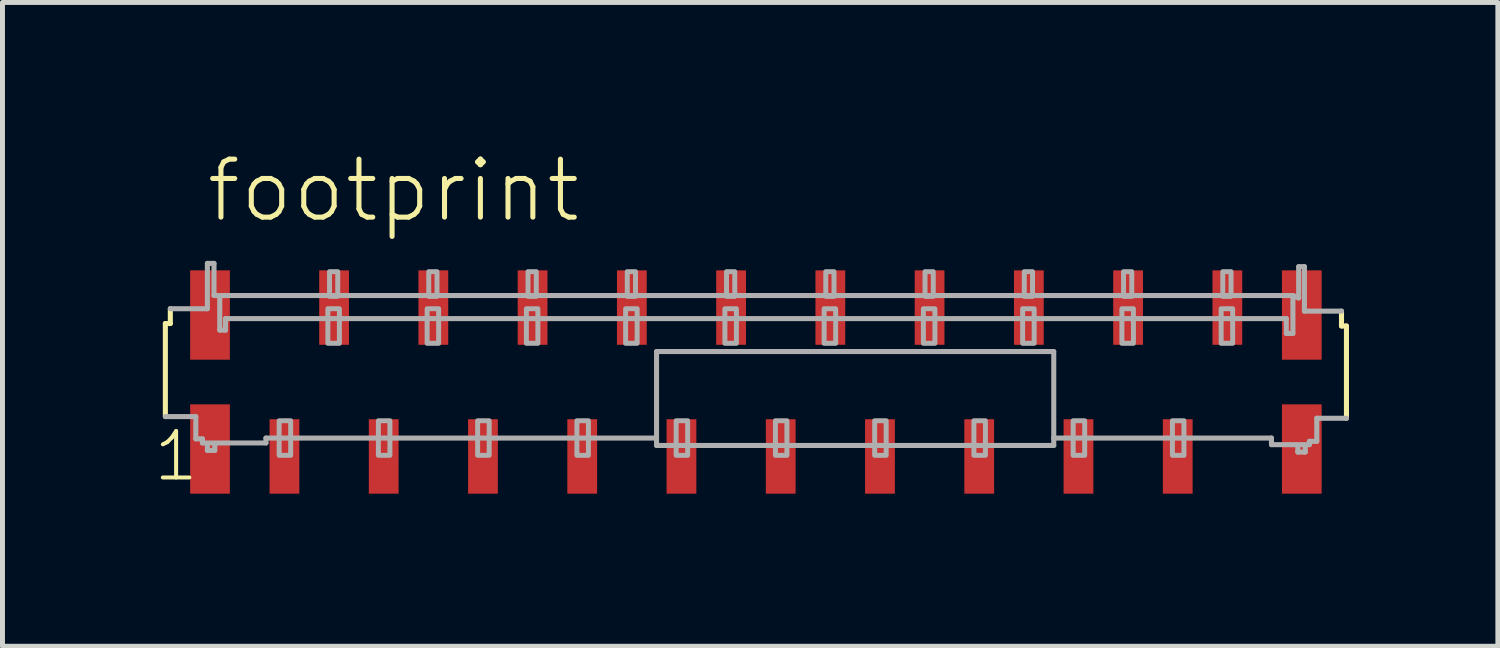
<source format=kicad_pcb>
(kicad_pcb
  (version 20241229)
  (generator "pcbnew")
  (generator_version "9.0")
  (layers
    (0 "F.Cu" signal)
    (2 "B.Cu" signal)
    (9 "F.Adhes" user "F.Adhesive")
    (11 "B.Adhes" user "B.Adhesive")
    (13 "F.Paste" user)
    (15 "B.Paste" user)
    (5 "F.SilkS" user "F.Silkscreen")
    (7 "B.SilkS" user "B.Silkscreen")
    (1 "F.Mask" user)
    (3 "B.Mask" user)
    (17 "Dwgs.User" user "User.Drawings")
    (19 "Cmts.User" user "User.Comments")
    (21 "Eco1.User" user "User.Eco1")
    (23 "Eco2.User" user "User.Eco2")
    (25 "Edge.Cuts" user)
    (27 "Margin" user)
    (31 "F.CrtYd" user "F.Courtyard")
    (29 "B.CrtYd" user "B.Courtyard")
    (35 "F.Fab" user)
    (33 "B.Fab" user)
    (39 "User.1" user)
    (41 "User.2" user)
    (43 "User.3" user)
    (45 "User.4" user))
  (footprint "footprint"
    (layer "F.Cu")
    (at 14.182 4.648)
    (property "Reference" "footprint" (at -13.125 -3.175 0) (layer "F.SilkS") (effects (font (size 1.168 1.168) (thickness 0.102)) (justify left bottom)))
    (fp_poly (pts (xy -13.4 -0.45) (xy -12.6 -0.45) (xy -12.6 -2.25) (xy -13.4 -2.25)) (stroke (width 0) (type solid)) (fill yes) (layer "F.Cu"))
    (fp_poly (pts (xy -13.4 2.25) (xy -12.6 2.25) (xy -12.6 0.45) (xy -13.4 0.45)) (stroke (width 0) (type solid)) (fill yes) (layer "F.Cu"))
    (fp_poly (pts (xy 9.4 -2.25) (xy 8.6 -2.25) (xy 8.6 -0.45) (xy 9.4 -0.45)) (stroke (width 0) (type solid)) (fill yes) (layer "F.Cu"))
    (fp_poly (pts (xy 9.4 0.45) (xy 8.6 0.45) (xy 8.6 2.25) (xy 9.4 2.25)) (stroke (width 0) (type solid)) (fill yes) (layer "F.Cu"))
    (fp_poly (pts (xy -13.475 -0.375) (xy -12.525 -0.375) (xy -12.525 -2.325) (xy -13.475 -2.325)) (stroke (width 0) (type solid)) (fill yes) (layer "F.Mask"))
    (fp_poly (pts (xy -13.475 2.325) (xy -12.525 2.325) (xy -12.525 0.375) (xy -13.475 0.375)) (stroke (width 0) (type solid)) (fill yes) (layer "F.Mask"))
    (fp_poly (pts (xy -11.85 2.3) (xy -11.15 2.3) (xy -11.15 0.7) (xy -11.85 0.7)) (stroke (width 0) (type solid)) (fill yes) (layer "F.Mask"))
    (fp_poly (pts (xy -10.85 -0.7) (xy -10.15 -0.7) (xy -10.15 -2.3) (xy -10.85 -2.3)) (stroke (width 0) (type solid)) (fill yes) (layer "F.Mask"))
    (fp_poly (pts (xy -9.85 2.3) (xy -9.15 2.3) (xy -9.15 0.7) (xy -9.85 0.7)) (stroke (width 0) (type solid)) (fill yes) (layer "F.Mask"))
    (fp_poly (pts (xy -8.85 -0.7) (xy -8.15 -0.7) (xy -8.15 -2.3) (xy -8.85 -2.3)) (stroke (width 0) (type solid)) (fill yes) (layer "F.Mask"))
    (fp_poly (pts (xy -7.85 2.3) (xy -7.15 2.3) (xy -7.15 0.7) (xy -7.85 0.7)) (stroke (width 0) (type solid)) (fill yes) (layer "F.Mask"))
    (fp_poly (pts (xy -6.85 -0.7) (xy -6.15 -0.7) (xy -6.15 -2.3) (xy -6.85 -2.3)) (stroke (width 0) (type solid)) (fill yes) (layer "F.Mask"))
    (fp_poly (pts (xy -5.85 2.3) (xy -5.15 2.3) (xy -5.15 0.7) (xy -5.85 0.7)) (stroke (width 0) (type solid)) (fill yes) (layer "F.Mask"))
    (fp_poly (pts (xy -4.85 -0.7) (xy -4.15 -0.7) (xy -4.15 -2.3) (xy -4.85 -2.3)) (stroke (width 0) (type solid)) (fill yes) (layer "F.Mask"))
    (fp_poly (pts (xy -3.85 2.3) (xy -3.15 2.3) (xy -3.15 0.7) (xy -3.85 0.7)) (stroke (width 0) (type solid)) (fill yes) (layer "F.Mask"))
    (fp_poly (pts (xy -2.85 -0.7) (xy -2.15 -0.7) (xy -2.15 -2.3) (xy -2.85 -2.3)) (stroke (width 0) (type solid)) (fill yes) (layer "F.Mask"))
    (fp_poly (pts (xy -1.85 2.3) (xy -1.15 2.3) (xy -1.15 0.7) (xy -1.85 0.7)) (stroke (width 0) (type solid)) (fill yes) (layer "F.Mask"))
    (fp_poly (pts (xy -0.85 -0.7) (xy -0.15 -0.7) (xy -0.15 -2.3) (xy -0.85 -2.3)) (stroke (width 0) (type solid)) (fill yes) (layer "F.Mask"))
    (fp_poly (pts (xy 0.15 2.3) (xy 0.85 2.3) (xy 0.85 0.7) (xy 0.15 0.7)) (stroke (width 0) (type solid)) (fill yes) (layer "F.Mask"))
    (fp_poly (pts (xy 1.15 -0.7) (xy 1.85 -0.7) (xy 1.85 -2.3) (xy 1.15 -2.3)) (stroke (width 0) (type solid)) (fill yes) (layer "F.Mask"))
    (fp_poly (pts (xy 2.15 2.3) (xy 2.85 2.3) (xy 2.85 0.7) (xy 2.15 0.7)) (stroke (width 0) (type solid)) (fill yes) (layer "F.Mask"))
    (fp_poly (pts (xy 3.15 -0.7) (xy 3.85 -0.7) (xy 3.85 -2.3) (xy 3.15 -2.3)) (stroke (width 0) (type solid)) (fill yes) (layer "F.Mask"))
    (fp_poly (pts (xy 4.15 2.3) (xy 4.85 2.3) (xy 4.85 0.7) (xy 4.15 0.7)) (stroke (width 0) (type solid)) (fill yes) (layer "F.Mask"))
    (fp_poly (pts (xy 5.15 -0.7) (xy 5.85 -0.7) (xy 5.85 -2.3) (xy 5.15 -2.3)) (stroke (width 0) (type solid)) (fill yes) (layer "F.Mask"))
    (fp_poly (pts (xy 6.15 2.3) (xy 6.85 2.3) (xy 6.85 0.7) (xy 6.15 0.7)) (stroke (width 0) (type solid)) (fill yes) (layer "F.Mask"))
    (fp_poly (pts (xy 7.15 -0.7) (xy 7.85 -0.7) (xy 7.85 -2.3) (xy 7.15 -2.3)) (stroke (width 0) (type solid)) (fill yes) (layer "F.Mask"))
    (fp_poly (pts (xy 9.475 -2.325) (xy 8.525 -2.325) (xy 8.525 -0.375) (xy 9.475 -0.375)) (stroke (width 0) (type solid)) (fill yes) (layer "F.Mask"))
    (fp_poly (pts (xy 9.475 0.375) (xy 8.525 0.375) (xy 8.525 2.325) (xy 9.475 2.325)) (stroke (width 0) (type solid)) (fill yes) (layer "F.Mask"))
    (fp_line (start -13.9 -1.179) (end -13.8 -1.179) (stroke (width 0.102) (type solid)) (layer "F.SilkS"))
    (fp_line (start -13.9 0.697) (end -13.9 -1.179) (stroke (width 0.102) (type solid)) (layer "F.SilkS"))
    (fp_line (start -13.8 -1.179) (end -13.8 -1.477) (stroke (width 0.102) (type solid)) (layer "F.SilkS"))
    (fp_line (start 9.8 -1.428) (end 9.8 -1.129) (stroke (width 0.102) (type solid)) (layer "F.SilkS"))
    (fp_line (start 9.8 -1.129) (end 9.9 -1.129) (stroke (width 0.102) (type solid)) (layer "F.SilkS"))
    (fp_line (start 9.9 -1.129) (end 9.9 0.73) (stroke (width 0.102) (type solid)) (layer "F.SilkS"))
    (fp_poly (pts (xy -13.35 -0.5) (xy -12.65 -0.5) (xy -12.65 -2.2) (xy -13.35 -2.2)) (stroke (width 0) (type solid)) (fill yes) (layer "F.Paste"))
    (fp_poly (pts (xy -13.35 2.2) (xy -12.65 2.2) (xy -12.65 0.5) (xy -13.35 0.5)) (stroke (width 0) (type solid)) (fill yes) (layer "F.Paste"))
    (fp_poly (pts (xy -11.75 2.2) (xy -11.25 2.2) (xy -11.25 0.8) (xy -11.75 0.8)) (stroke (width 0) (type solid)) (fill yes) (layer "F.Paste"))
    (fp_poly (pts (xy -10.75 -0.8) (xy -10.25 -0.8) (xy -10.25 -2.2) (xy -10.75 -2.2)) (stroke (width 0) (type solid)) (fill yes) (layer "F.Paste"))
    (fp_poly (pts (xy -9.75 2.2) (xy -9.25 2.2) (xy -9.25 0.8) (xy -9.75 0.8)) (stroke (width 0) (type solid)) (fill yes) (layer "F.Paste"))
    (fp_poly (pts (xy -8.75 -0.8) (xy -8.25 -0.8) (xy -8.25 -2.2) (xy -8.75 -2.2)) (stroke (width 0) (type solid)) (fill yes) (layer "F.Paste"))
    (fp_poly (pts (xy -7.75 2.2) (xy -7.25 2.2) (xy -7.25 0.8) (xy -7.75 0.8)) (stroke (width 0) (type solid)) (fill yes) (layer "F.Paste"))
    (fp_poly (pts (xy -6.75 -0.8) (xy -6.25 -0.8) (xy -6.25 -2.2) (xy -6.75 -2.2)) (stroke (width 0) (type solid)) (fill yes) (layer "F.Paste"))
    (fp_poly (pts (xy -5.75 2.2) (xy -5.25 2.2) (xy -5.25 0.8) (xy -5.75 0.8)) (stroke (width 0) (type solid)) (fill yes) (layer "F.Paste"))
    (fp_poly (pts (xy -4.75 -0.8) (xy -4.25 -0.8) (xy -4.25 -2.2) (xy -4.75 -2.2)) (stroke (width 0) (type solid)) (fill yes) (layer "F.Paste"))
    (fp_poly (pts (xy -3.75 2.2) (xy -3.25 2.2) (xy -3.25 0.8) (xy -3.75 0.8)) (stroke (width 0) (type solid)) (fill yes) (layer "F.Paste"))
    (fp_poly (pts (xy -2.75 -0.8) (xy -2.25 -0.8) (xy -2.25 -2.2) (xy -2.75 -2.2)) (stroke (width 0) (type solid)) (fill yes) (layer "F.Paste"))
    (fp_poly (pts (xy -1.75 2.2) (xy -1.25 2.2) (xy -1.25 0.8) (xy -1.75 0.8)) (stroke (width 0) (type solid)) (fill yes) (layer "F.Paste"))
    (fp_poly (pts (xy -0.75 -0.8) (xy -0.25 -0.8) (xy -0.25 -2.2) (xy -0.75 -2.2)) (stroke (width 0) (type solid)) (fill yes) (layer "F.Paste"))
    (fp_poly (pts (xy 0.25 2.2) (xy 0.75 2.2) (xy 0.75 0.8) (xy 0.25 0.8)) (stroke (width 0) (type solid)) (fill yes) (layer "F.Paste"))
    (fp_poly (pts (xy 1.25 -0.8) (xy 1.75 -0.8) (xy 1.75 -2.2) (xy 1.25 -2.2)) (stroke (width 0) (type solid)) (fill yes) (layer "F.Paste"))
    (fp_poly (pts (xy 2.25 2.2) (xy 2.75 2.2) (xy 2.75 0.8) (xy 2.25 0.8)) (stroke (width 0) (type solid)) (fill yes) (layer "F.Paste"))
    (fp_poly (pts (xy 3.25 -0.8) (xy 3.75 -0.8) (xy 3.75 -2.2) (xy 3.25 -2.2)) (stroke (width 0) (type solid)) (fill yes) (layer "F.Paste"))
    (fp_poly (pts (xy 4.25 2.2) (xy 4.75 2.2) (xy 4.75 0.8) (xy 4.25 0.8)) (stroke (width 0) (type solid)) (fill yes) (layer "F.Paste"))
    (fp_poly (pts (xy 5.25 -0.8) (xy 5.75 -0.8) (xy 5.75 -2.2) (xy 5.25 -2.2)) (stroke (width 0) (type solid)) (fill yes) (layer "F.Paste"))
    (fp_poly (pts (xy 6.25 2.2) (xy 6.75 2.2) (xy 6.75 0.8) (xy 6.25 0.8)) (stroke (width 0) (type solid)) (fill yes) (layer "F.Paste"))
    (fp_poly (pts (xy 7.25 -0.8) (xy 7.75 -0.8) (xy 7.75 -2.2) (xy 7.25 -2.2)) (stroke (width 0) (type solid)) (fill yes) (layer "F.Paste"))
    (fp_poly (pts (xy 9.35 -2.2) (xy 8.65 -2.2) (xy 8.65 -0.5) (xy 9.35 -0.5)) (stroke (width 0) (type solid)) (fill yes) (layer "F.Paste"))
    (fp_poly (pts (xy 9.35 0.5) (xy 8.65 0.5) (xy 8.65 2.2) (xy 9.35 2.2)) (stroke (width 0) (type solid)) (fill yes) (layer "F.Paste"))
    (fp_line (start -13.8 -1.477) (end -13.053 -1.477) (stroke (width 0.102) (type solid)) (layer "F.Fab"))
    (fp_line (start -13.286 0.697) (end -13.9 0.697) (stroke (width 0.102) (type solid)) (layer "F.Fab"))
    (fp_line (start -13.286 1.145) (end -13.286 0.697) (stroke (width 0.102) (type solid)) (layer "F.Fab"))
    (fp_line (start -13.153 1.145) (end -13.286 1.145) (stroke (width 0.102) (type solid)) (layer "F.Fab"))
    (fp_line (start -13.153 1.228) (end -13.153 1.145) (stroke (width 0.102) (type solid)) (layer "F.Fab"))
    (fp_line (start -13.053 -2.39) (end -12.92 -2.39) (stroke (width 0.102) (type solid)) (layer "F.Fab"))
    (fp_line (start -13.053 -1.477) (end -13.053 -2.39) (stroke (width 0.102) (type solid)) (layer "F.Fab"))
    (fp_line (start -13.053 1.278) (end -13.053 1.378) (stroke (width 0.102) (type solid)) (layer "F.Fab"))
    (fp_line (start -13.053 1.378) (end -12.904 1.378) (stroke (width 0.102) (type solid)) (layer "F.Fab"))
    (fp_line (start -12.92 -2.39) (end -12.92 -1.743) (stroke (width 0.102) (type solid)) (layer "F.Fab"))
    (fp_line (start -12.904 1.378) (end -12.904 1.278) (stroke (width 0.102) (type solid)) (layer "F.Fab"))
    (fp_line (start -12.804 -1.71) (end -12.804 -1.046) (stroke (width 0.102) (type solid)) (layer "F.Fab"))
    (fp_line (start -12.804 -1.046) (end -12.688 -1.046) (stroke (width 0.102) (type solid)) (layer "F.Fab"))
    (fp_line (start -12.688 -1.278) (end 8.688 -1.278) (stroke (width 0.102) (type solid)) (layer "F.Fab"))
    (fp_line (start -12.688 -1.046) (end -12.688 -1.278) (stroke (width 0.102) (type solid)) (layer "F.Fab"))
    (fp_line (start -11.873 1.129) (end -11.873 1.228) (stroke (width 0.102) (type solid)) (layer "F.Fab"))
    (fp_line (start -11.873 1.228) (end -13.153 1.228) (stroke (width 0.102) (type solid)) (layer "F.Fab"))
    (fp_line (start -4.008 1.129) (end -11.873 1.129) (stroke (width 0.102) (type solid)) (layer "F.Fab"))
    (fp_line (start -4.002 1.278) (end -4.002 -0.614) (stroke (width 0.102) (type solid)) (layer "F.Fab"))
    (fp_line (start -4 -0.614) (end 4 -0.614) (stroke (width 0.102) (type solid)) (layer "F.Fab"))
    (fp_line (start 4.002 -0.614) (end 4.002 1.129) (stroke (width 0.102) (type solid)) (layer "F.Fab"))
    (fp_line (start 4.002 1.129) (end 4.002 1.278) (stroke (width 0.102) (type solid)) (layer "F.Fab"))
    (fp_line (start 4.002 1.278) (end -4.002 1.278) (stroke (width 0.102) (type solid)) (layer "F.Fab"))
    (fp_line (start 8.389 1.129) (end 4.002 1.129) (stroke (width 0.102) (type solid)) (layer "F.Fab"))
    (fp_line (start 8.389 1.262) (end 8.389 1.129) (stroke (width 0.102) (type solid)) (layer "F.Fab"))
    (fp_line (start 8.688 -1.278) (end 8.688 -0.979) (stroke (width 0.102) (type solid)) (layer "F.Fab"))
    (fp_line (start 8.688 -0.979) (end 8.821 -0.979) (stroke (width 0.102) (type solid)) (layer "F.Fab"))
    (fp_line (start 8.821 -1.743) (end -12.92 -1.743) (stroke (width 0.102) (type solid)) (layer "F.Fab"))
    (fp_line (start 8.821 -0.979) (end 8.821 -1.743) (stroke (width 0.102) (type solid)) (layer "F.Fab"))
    (fp_line (start 8.92 1.311) (end 8.92 1.411) (stroke (width 0.102) (type solid)) (layer "F.Fab"))
    (fp_line (start 8.92 1.411) (end 9.07 1.411) (stroke (width 0.102) (type solid)) (layer "F.Fab"))
    (fp_line (start 8.937 -2.324) (end 8.937 -1.693) (stroke (width 0.102) (type solid)) (layer "F.Fab"))
    (fp_line (start 8.937 -2.324) (end 9.053 -2.324) (stroke (width 0.102) (type solid)) (layer "F.Fab"))
    (fp_line (start 8.937 -1.693) (end 8.821 -1.743) (stroke (width 0.102) (type solid)) (layer "F.Fab"))
    (fp_line (start 9.053 -2.324) (end 9.053 -1.428) (stroke (width 0.102) (type solid)) (layer "F.Fab"))
    (fp_line (start 9.053 -1.428) (end 9.8 -1.428) (stroke (width 0.102) (type solid)) (layer "F.Fab"))
    (fp_line (start 9.07 1.411) (end 9.07 1.311) (stroke (width 0.102) (type solid)) (layer "F.Fab"))
    (fp_line (start 9.153 1.195) (end 9.153 1.262) (stroke (width 0.102) (type solid)) (layer "F.Fab"))
    (fp_line (start 9.153 1.262) (end 8.389 1.262) (stroke (width 0.102) (type solid)) (layer "F.Fab"))
    (fp_line (start 9.302 0.73) (end 9.302 1.195) (stroke (width 0.102) (type solid)) (layer "F.Fab"))
    (fp_line (start 9.302 1.195) (end 9.153 1.195) (stroke (width 0.102) (type solid)) (layer "F.Fab"))
    (fp_line (start 9.9 0.73) (end 9.302 0.73) (stroke (width 0.102) (type solid)) (layer "F.Fab"))
    (fp_poly (pts (xy -11.375 0.78) (xy -11.607 0.78) (xy -11.607 1.477) (xy -11.375 1.477)) (stroke (width 0.1) (type solid)) (fill no) (layer "F.Fab"))
    (fp_poly (pts (xy -10.625 -0.78) (xy -10.393 -0.78) (xy -10.393 -1.477) (xy -10.625 -1.477)) (stroke (width 0.1) (type solid)) (fill no) (layer "F.Fab"))
    (fp_poly (pts (xy -10.592 -1.726) (xy -10.426 -1.726) (xy -10.426 -2.224) (xy -10.592 -2.224)) (stroke (width 0.1) (type solid)) (fill no) (layer "F.Fab"))
    (fp_poly (pts (xy -9.375 0.78) (xy -9.607 0.78) (xy -9.607 1.477) (xy -9.375 1.477)) (stroke (width 0.1) (type solid)) (fill no) (layer "F.Fab"))
    (fp_poly (pts (xy -8.625 -0.78) (xy -8.393 -0.78) (xy -8.393 -1.477) (xy -8.625 -1.477)) (stroke (width 0.1) (type solid)) (fill no) (layer "F.Fab"))
    (fp_poly (pts (xy -8.592 -1.726) (xy -8.426 -1.726) (xy -8.426 -2.224) (xy -8.592 -2.224)) (stroke (width 0.1) (type solid)) (fill no) (layer "F.Fab"))
    (fp_poly (pts (xy -7.375 0.78) (xy -7.607 0.78) (xy -7.607 1.477) (xy -7.375 1.477)) (stroke (width 0.1) (type solid)) (fill no) (layer "F.Fab"))
    (fp_poly (pts (xy -6.625 -0.78) (xy -6.393 -0.78) (xy -6.393 -1.477) (xy -6.625 -1.477)) (stroke (width 0.1) (type solid)) (fill no) (layer "F.Fab"))
    (fp_poly (pts (xy -6.592 -1.726) (xy -6.426 -1.726) (xy -6.426 -2.224) (xy -6.592 -2.224)) (stroke (width 0.1) (type solid)) (fill no) (layer "F.Fab"))
    (fp_poly (pts (xy -5.375 0.78) (xy -5.607 0.78) (xy -5.607 1.477) (xy -5.375 1.477)) (stroke (width 0.1) (type solid)) (fill no) (layer "F.Fab"))
    (fp_poly (pts (xy -4.625 -0.78) (xy -4.393 -0.78) (xy -4.393 -1.477) (xy -4.625 -1.477)) (stroke (width 0.1) (type solid)) (fill no) (layer "F.Fab"))
    (fp_poly (pts (xy -4.592 -1.726) (xy -4.426 -1.726) (xy -4.426 -2.224) (xy -4.592 -2.224)) (stroke (width 0.1) (type solid)) (fill no) (layer "F.Fab"))
    (fp_poly (pts (xy -3.375 0.78) (xy -3.607 0.78) (xy -3.607 1.477) (xy -3.375 1.477)) (stroke (width 0.1) (type solid)) (fill no) (layer "F.Fab"))
    (fp_poly (pts (xy -2.625 -0.78) (xy -2.393 -0.78) (xy -2.393 -1.477) (xy -2.625 -1.477)) (stroke (width 0.1) (type solid)) (fill no) (layer "F.Fab"))
    (fp_poly (pts (xy -2.592 -1.726) (xy -2.426 -1.726) (xy -2.426 -2.224) (xy -2.592 -2.224)) (stroke (width 0.1) (type solid)) (fill no) (layer "F.Fab"))
    (fp_poly (pts (xy -1.375 0.78) (xy -1.607 0.78) (xy -1.607 1.477) (xy -1.375 1.477)) (stroke (width 0.1) (type solid)) (fill no) (layer "F.Fab"))
    (fp_poly (pts (xy -0.625 -0.78) (xy -0.393 -0.78) (xy -0.393 -1.477) (xy -0.625 -1.477)) (stroke (width 0.1) (type solid)) (fill no) (layer "F.Fab"))
    (fp_poly (pts (xy -0.592 -1.726) (xy -0.426 -1.726) (xy -0.426 -2.224) (xy -0.592 -2.224)) (stroke (width 0.1) (type solid)) (fill no) (layer "F.Fab"))
    (fp_poly (pts (xy 0.625 0.78) (xy 0.393 0.78) (xy 0.393 1.477) (xy 0.625 1.477)) (stroke (width 0.1) (type solid)) (fill no) (layer "F.Fab"))
    (fp_poly (pts (xy 1.375 -0.78) (xy 1.607 -0.78) (xy 1.607 -1.477) (xy 1.375 -1.477)) (stroke (width 0.1) (type solid)) (fill no) (layer "F.Fab"))
    (fp_poly (pts (xy 1.408 -1.726) (xy 1.574 -1.726) (xy 1.574 -2.224) (xy 1.408 -2.224)) (stroke (width 0.1) (type solid)) (fill no) (layer "F.Fab"))
    (fp_poly (pts (xy 2.625 0.78) (xy 2.393 0.78) (xy 2.393 1.477) (xy 2.625 1.477)) (stroke (width 0.1) (type solid)) (fill no) (layer "F.Fab"))
    (fp_poly (pts (xy 3.375 -0.78) (xy 3.607 -0.78) (xy 3.607 -1.477) (xy 3.375 -1.477)) (stroke (width 0.1) (type solid)) (fill no) (layer "F.Fab"))
    (fp_poly (pts (xy 3.408 -1.726) (xy 3.574 -1.726) (xy 3.574 -2.224) (xy 3.408 -2.224)) (stroke (width 0.1) (type solid)) (fill no) (layer "F.Fab"))
    (fp_poly (pts (xy 4.625 0.78) (xy 4.393 0.78) (xy 4.393 1.477) (xy 4.625 1.477)) (stroke (width 0.1) (type solid)) (fill no) (layer "F.Fab"))
    (fp_poly (pts (xy 5.375 -0.78) (xy 5.607 -0.78) (xy 5.607 -1.477) (xy 5.375 -1.477)) (stroke (width 0.1) (type solid)) (fill no) (layer "F.Fab"))
    (fp_poly (pts (xy 5.408 -1.726) (xy 5.574 -1.726) (xy 5.574 -2.224) (xy 5.408 -2.224)) (stroke (width 0.1) (type solid)) (fill no) (layer "F.Fab"))
    (fp_poly (pts (xy 6.625 0.78) (xy 6.393 0.78) (xy 6.393 1.477) (xy 6.625 1.477)) (stroke (width 0.1) (type solid)) (fill no) (layer "F.Fab"))
    (fp_poly (pts (xy 7.375 -0.78) (xy 7.607 -0.78) (xy 7.607 -1.477) (xy 7.375 -1.477)) (stroke (width 0.1) (type solid)) (fill no) (layer "F.Fab"))
    (fp_poly (pts (xy 7.408 -1.726) (xy 7.574 -1.726) (xy 7.574 -2.224) (xy 7.408 -2.224)) (stroke (width 0.1) (type solid)) (fill no) (layer "F.Fab"))
    (fp_text user "1" (at -14.182 2.042 0) (layer "F.SilkS") (effects (font (size 0.935 0.935) (thickness 0.081)) (justify left bottom)))
    (pad "1" smd rect (at -11.5 1.5) (size 0.6 1.5) (layers "F.Cu"))
    (pad "2" smd rect (at -10.5 -1.5) (size 0.6 1.5) (layers "F.Cu"))
    (pad "3" smd rect (at -9.5 1.5) (size 0.6 1.5) (layers "F.Cu"))
    (pad "4" smd rect (at -8.5 -1.5) (size 0.6 1.5) (layers "F.Cu"))
    (pad "5" smd rect (at -7.5 1.5) (size 0.6 1.5) (layers "F.Cu"))
    (pad "6" smd rect (at -6.5 -1.5) (size 0.6 1.5) (layers "F.Cu"))
    (pad "7" smd rect (at -5.5 1.5) (size 0.6 1.5) (layers "F.Cu"))
    (pad "8" smd rect (at -4.5 -1.5) (size 0.6 1.5) (layers "F.Cu"))
    (pad "9" smd rect (at -3.5 1.5) (size 0.6 1.5) (layers "F.Cu"))
    (pad "10" smd rect (at -2.5 -1.5) (size 0.6 1.5) (layers "F.Cu"))
    (pad "11" smd rect (at -1.5 1.5) (size 0.6 1.5) (layers "F.Cu"))
    (pad "12" smd rect (at -0.5 -1.5) (size 0.6 1.5) (layers "F.Cu"))
    (pad "13" smd rect (at 0.5 1.5) (size 0.6 1.5) (layers "F.Cu"))
    (pad "14" smd rect (at 1.5 -1.5) (size 0.6 1.5) (layers "F.Cu"))
    (pad "15" smd rect (at 2.5 1.5) (size 0.6 1.5) (layers "F.Cu"))
    (pad "16" smd rect (at 3.5 -1.5) (size 0.6 1.5) (layers "F.Cu"))
    (pad "17" smd rect (at 4.5 1.5) (size 0.6 1.5) (layers "F.Cu"))
    (pad "18" smd rect (at 5.5 -1.5) (size 0.6 1.5) (layers "F.Cu"))
    (pad "19" smd rect (at 6.5 1.5) (size 0.6 1.5) (layers "F.Cu"))
    (pad "20" smd rect (at 7.5 -1.5) (size 0.6 1.5) (layers "F.Cu")))
  (gr_rect
    (start -3 -3)
    (end 27.133 9.973)
    (stroke (width 0.1) (type default))
    (fill no)
    (layer "Edge.Cuts")))
</source>
